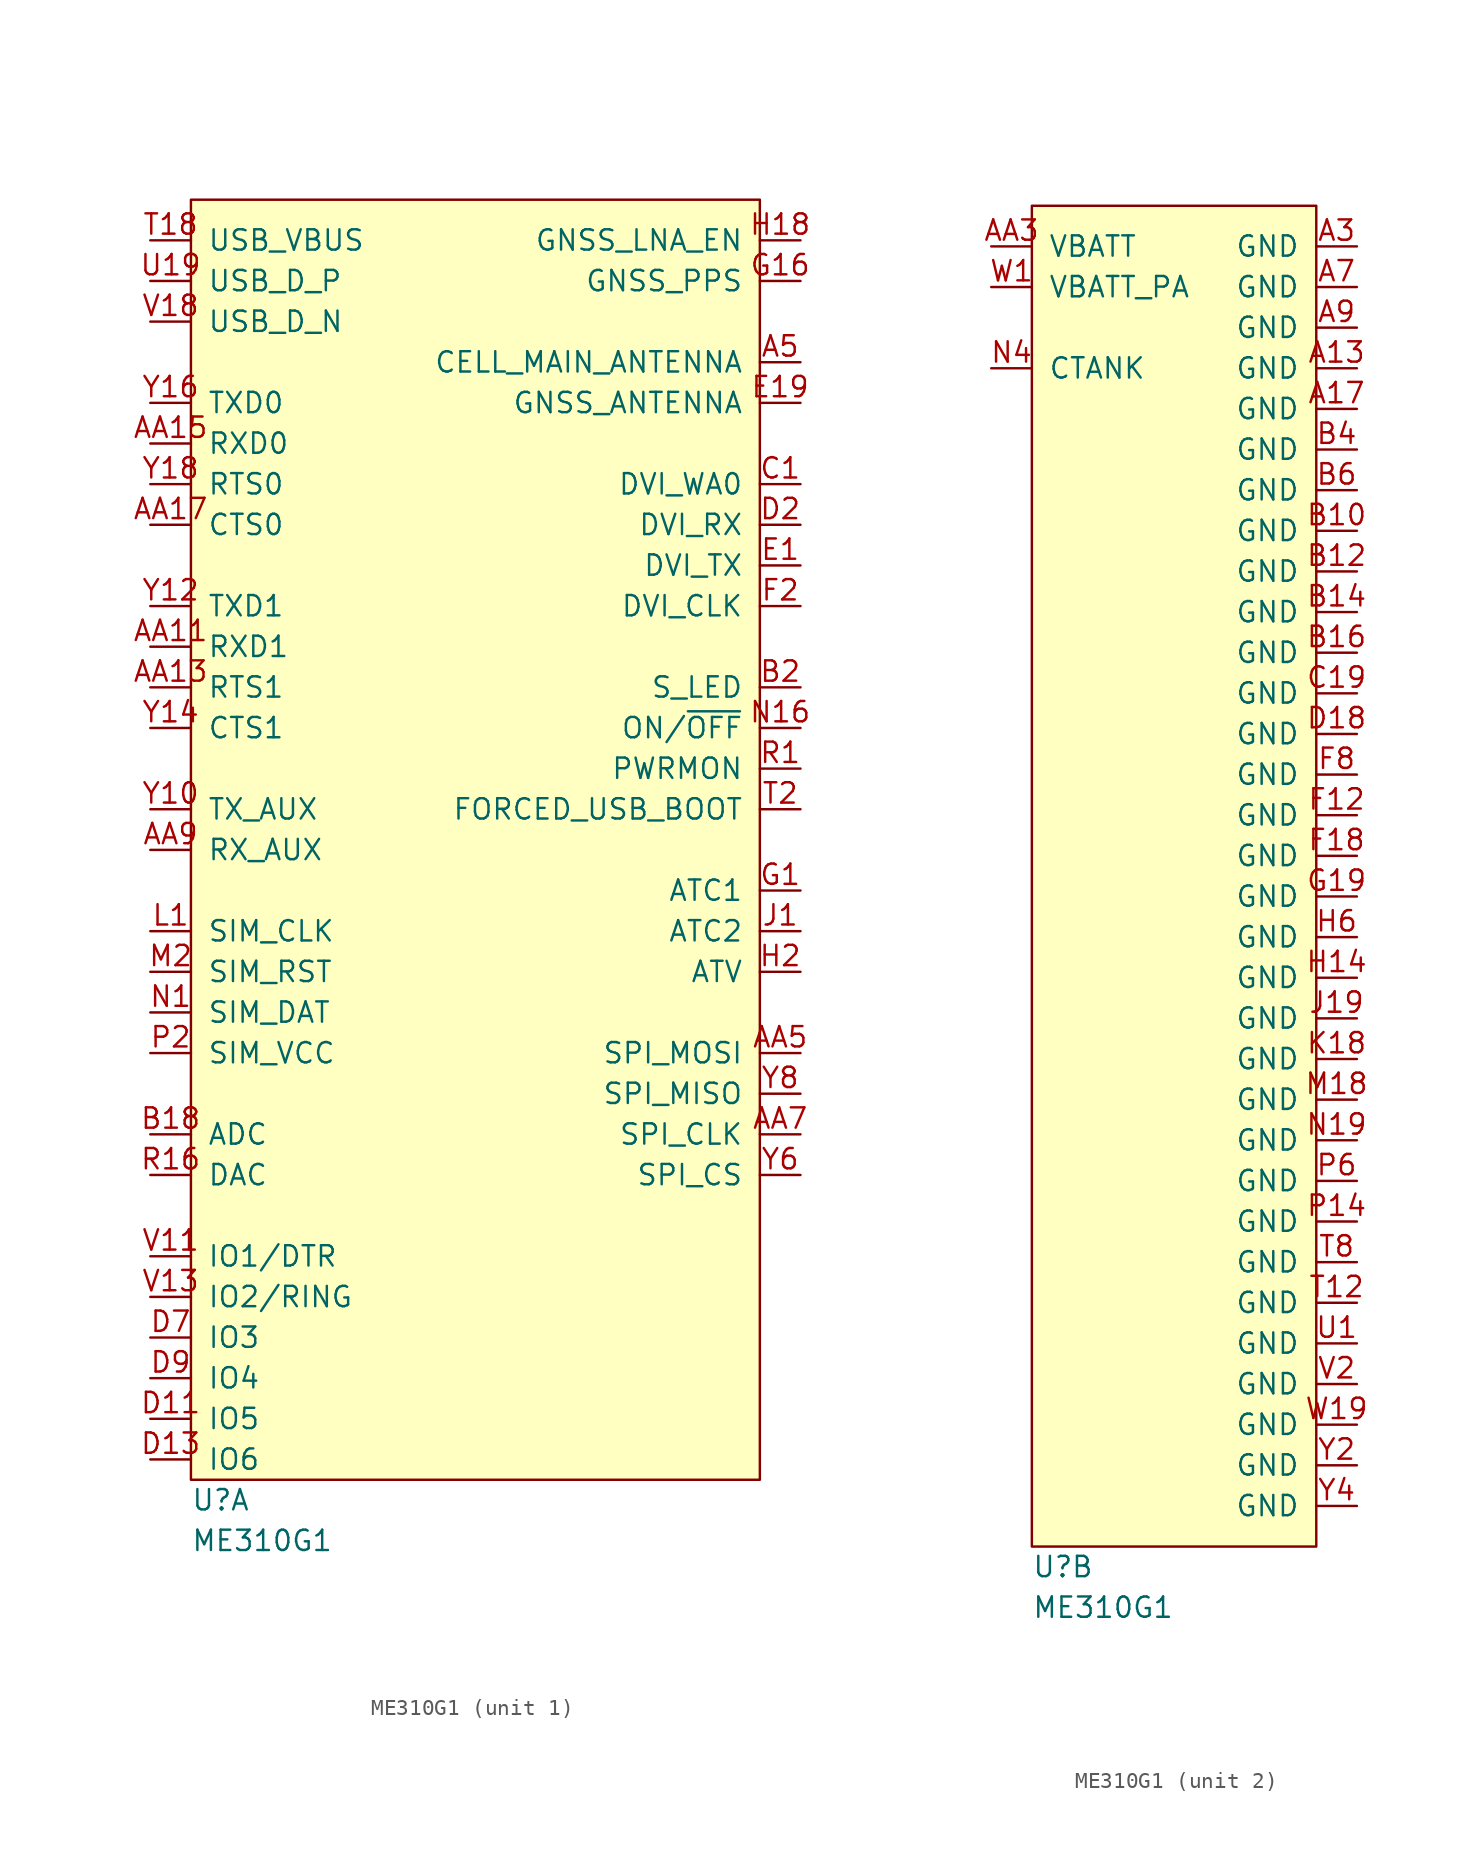
<source format=kicad_sym>
(kicad_symbol_lib
  (version 20211014)
  (generator kicad_symbol_editor)
  (symbol "ME310G1"
    (pin_names
      (offset 1.016))
    (property "Reference" "U"
      (at 0 -1.27 0)
      (effects (font (size 1.27 1.27)) (justify left)))
    (property "Value" "ME310G1"
      (at 0 -3.81 0)
      (effects (font (size 1.27 1.27)) (justify left)))
    (property "ki_locked" ""
      (at 0 0 0)
      (effects (font (size 1.27 1.27))))
    (symbol "ME310G1_1_1"
      (rectangle (start 0 80.01) (end 35.56 0) (stroke (width 0) (type default) (color 0 0 0 0)) (fill (type background)))
      (pin bidirectional line (at 38.1 69.85 180) (length 2.54) (name "CELL_MAIN_ANTENNA" (effects (font (size 1.27 1.27)))) (number "A5" (effects (font (size 1.27 1.27)))))
      (pin output line (at -2.54 52.07 0) (length 2.54) (name "RXD1" (effects (font (size 1.27 1.27)))) (number "AA11" (effects (font (size 1.27 1.27)))))
      (pin input line (at -2.54 49.53 0) (length 2.54) (name "RTS1" (effects (font (size 1.27 1.27)))) (number "AA13" (effects (font (size 1.27 1.27)))))
      (pin output line (at -2.54 64.77 0) (length 2.54) (name "RXD0" (effects (font (size 1.27 1.27)))) (number "AA15" (effects (font (size 1.27 1.27)))))
      (pin output line (at -2.54 59.69 0) (length 2.54) (name "CTS0" (effects (font (size 1.27 1.27)))) (number "AA17" (effects (font (size 1.27 1.27)))))
      (pin bidirectional line (at 38.1 26.67 180) (length 2.54) (name "SPI_MOSI" (effects (font (size 1.27 1.27)))) (number "AA5" (effects (font (size 1.27 1.27)))))
      (pin bidirectional line (at 38.1 21.59 180) (length 2.54) (name "SPI_CLK" (effects (font (size 1.27 1.27)))) (number "AA7" (effects (font (size 1.27 1.27)))))
      (pin input line (at -2.54 39.37 0) (length 2.54) (name "RX_AUX" (effects (font (size 1.27 1.27)))) (number "AA9" (effects (font (size 1.27 1.27)))))
      (pin input line (at -2.54 21.59 0) (length 2.54) (name "ADC" (effects (font (size 1.27 1.27)))) (number "B18" (effects (font (size 1.27 1.27)))))
      (pin output line (at 38.1 49.53 180) (length 2.54) (name "S_LED" (effects (font (size 1.27 1.27)))) (number "B2" (effects (font (size 1.27 1.27)))))
      (pin bidirectional line (at 38.1 62.23 180) (length 2.54) (name "DVI_WA0" (effects (font (size 1.27 1.27)))) (number "C1" (effects (font (size 1.27 1.27)))))
      (pin bidirectional line (at -2.54 3.81 0) (length 2.54) (name "IO5" (effects (font (size 1.27 1.27)))) (number "D11" (effects (font (size 1.27 1.27)))))
      (pin bidirectional line (at -2.54 1.27 0) (length 2.54) (name "IO6" (effects (font (size 1.27 1.27)))) (number "D13" (effects (font (size 1.27 1.27)))))
      (pin output line (at 38.1 59.69 180) (length 2.54) (name "DVI_RX" (effects (font (size 1.27 1.27)))) (number "D2" (effects (font (size 1.27 1.27)))))
      (pin bidirectional line (at -2.54 8.89 0) (length 2.54) (name "IO3" (effects (font (size 1.27 1.27)))) (number "D7" (effects (font (size 1.27 1.27)))))
      (pin bidirectional line (at -2.54 6.35 0) (length 2.54) (name "IO4" (effects (font (size 1.27 1.27)))) (number "D9" (effects (font (size 1.27 1.27)))))
      (pin input line (at 38.1 57.15 180) (length 2.54) (name "DVI_TX" (effects (font (size 1.27 1.27)))) (number "E1" (effects (font (size 1.27 1.27)))))
      (pin input line (at 38.1 67.31 180) (length 2.54) (name "GNSS_ANTENNA" (effects (font (size 1.27 1.27)))) (number "E19" (effects (font (size 1.27 1.27)))))
      (pin bidirectional line (at 38.1 54.61 180) (length 2.54) (name "DVI_CLK" (effects (font (size 1.27 1.27)))) (number "F2" (effects (font (size 1.27 1.27)))))
      (pin output line (at 38.1 36.83 180) (length 2.54) (name "ATC1" (effects (font (size 1.27 1.27)))) (number "G1" (effects (font (size 1.27 1.27)))))
      (pin output line (at 38.1 74.93 180) (length 2.54) (name "GNSS_PPS" (effects (font (size 1.27 1.27)))) (number "G16" (effects (font (size 1.27 1.27)))))
      (pin output line (at 38.1 77.47 180) (length 2.54) (name "GNSS_LNA_EN" (effects (font (size 1.27 1.27)))) (number "H18" (effects (font (size 1.27 1.27)))))
      (pin output line (at 38.1 31.75 180) (length 2.54) (name "ATV" (effects (font (size 1.27 1.27)))) (number "H2" (effects (font (size 1.27 1.27)))))
      (pin output line (at 38.1 34.29 180) (length 2.54) (name "ATC2" (effects (font (size 1.27 1.27)))) (number "J1" (effects (font (size 1.27 1.27)))))
      (pin output line (at -2.54 34.29 0) (length 2.54) (name "SIM_CLK" (effects (font (size 1.27 1.27)))) (number "L1" (effects (font (size 1.27 1.27)))))
      (pin output line (at -2.54 31.75 0) (length 2.54) (name "SIM_RST" (effects (font (size 1.27 1.27)))) (number "M2" (effects (font (size 1.27 1.27)))))
      (pin bidirectional line (at -2.54 29.21 0) (length 2.54) (name "SIM_DAT" (effects (font (size 1.27 1.27)))) (number "N1" (effects (font (size 1.27 1.27)))))
      (pin input line (at 38.1 46.99 180) (length 2.54) (name "ON/~{OFF}" (effects (font (size 1.27 1.27)))) (number "N16" (effects (font (size 1.27 1.27)))))
      (pin power_out line (at -2.54 26.67 0) (length 2.54) (name "SIM_VCC" (effects (font (size 1.27 1.27)))) (number "P2" (effects (font (size 1.27 1.27)))))
      (pin output line (at 38.1 44.45 180) (length 2.54) (name "PWRMON" (effects (font (size 1.27 1.27)))) (number "R1" (effects (font (size 1.27 1.27)))))
      (pin output line (at -2.54 19.05 0) (length 2.54) (name "DAC" (effects (font (size 1.27 1.27)))) (number "R16" (effects (font (size 1.27 1.27)))))
      (pin input line (at -2.54 77.47 0) (length 2.54) (name "USB_VBUS" (effects (font (size 1.27 1.27)))) (number "T18" (effects (font (size 1.27 1.27)))))
      (pin input line (at 38.1 41.91 180) (length 2.54) (name "FORCED_USB_BOOT" (effects (font (size 1.27 1.27)))) (number "T2" (effects (font (size 1.27 1.27)))))
      (pin bidirectional line (at -2.54 74.93 0) (length 2.54) (name "USB_D_P" (effects (font (size 1.27 1.27)))) (number "U19" (effects (font (size 1.27 1.27)))))
      (pin bidirectional line (at -2.54 13.97 0) (length 2.54) (name "IO1/DTR" (effects (font (size 1.27 1.27)))) (number "V11" (effects (font (size 1.27 1.27)))))
      (pin bidirectional line (at -2.54 11.43 0) (length 2.54) (name "IO2/RING" (effects (font (size 1.27 1.27)))) (number "V13" (effects (font (size 1.27 1.27)))))
      (pin bidirectional line (at -2.54 72.39 0) (length 2.54) (name "USB_D_N" (effects (font (size 1.27 1.27)))) (number "V18" (effects (font (size 1.27 1.27)))))
      (pin output line (at -2.54 41.91 0) (length 2.54) (name "TX_AUX" (effects (font (size 1.27 1.27)))) (number "Y10" (effects (font (size 1.27 1.27)))))
      (pin input line (at -2.54 54.61 0) (length 2.54) (name "TXD1" (effects (font (size 1.27 1.27)))) (number "Y12" (effects (font (size 1.27 1.27)))))
      (pin output line (at -2.54 46.99 0) (length 2.54) (name "CTS1" (effects (font (size 1.27 1.27)))) (number "Y14" (effects (font (size 1.27 1.27)))))
      (pin input line (at -2.54 67.31 0) (length 2.54) (name "TXD0" (effects (font (size 1.27 1.27)))) (number "Y16" (effects (font (size 1.27 1.27)))))
      (pin input line (at -2.54 62.23 0) (length 2.54) (name "RTS0" (effects (font (size 1.27 1.27)))) (number "Y18" (effects (font (size 1.27 1.27)))))
      (pin bidirectional line (at 38.1 19.05 180) (length 2.54) (name "SPI_CS" (effects (font (size 1.27 1.27)))) (number "Y6" (effects (font (size 1.27 1.27)))))
      (pin bidirectional line (at 38.1 24.13 180) (length 2.54) (name "SPI_MISO" (effects (font (size 1.27 1.27)))) (number "Y8" (effects (font (size 1.27 1.27))))))
    (symbol "ME310G1_2_1"
      (rectangle (start 0 83.82) (end 17.78 0) (stroke (width 0) (type default) (color 0 0 0 0)) (fill (type background)))
      (pin power_in line (at 20.32 73.66 180) (length 2.54) (name "GND" (effects (font (size 1.27 1.27)))) (number "A13" (effects (font (size 1.27 1.27)))))
      (pin power_in line (at 20.32 71.12 180) (length 2.54) (name "GND" (effects (font (size 1.27 1.27)))) (number "A17" (effects (font (size 1.27 1.27)))))
      (pin power_in line (at 20.32 81.28 180) (length 2.54) (name "GND" (effects (font (size 1.27 1.27)))) (number "A3" (effects (font (size 1.27 1.27)))))
      (pin power_in line (at 20.32 78.74 180) (length 2.54) (name "GND" (effects (font (size 1.27 1.27)))) (number "A7" (effects (font (size 1.27 1.27)))))
      (pin power_in line (at 20.32 76.2 180) (length 2.54) (name "GND" (effects (font (size 1.27 1.27)))) (number "A9" (effects (font (size 1.27 1.27)))))
      (pin power_in line (at -2.54 81.28 0) (length 2.54) (name "VBATT" (effects (font (size 1.27 1.27)))) (number "AA3" (effects (font (size 1.27 1.27)))))
      (pin power_in line (at 20.32 63.5 180) (length 2.54) (name "GND" (effects (font (size 1.27 1.27)))) (number "B10" (effects (font (size 1.27 1.27)))))
      (pin power_in line (at 20.32 60.96 180) (length 2.54) (name "GND" (effects (font (size 1.27 1.27)))) (number "B12" (effects (font (size 1.27 1.27)))))
      (pin power_in line (at 20.32 58.42 180) (length 2.54) (name "GND" (effects (font (size 1.27 1.27)))) (number "B14" (effects (font (size 1.27 1.27)))))
      (pin power_in line (at 20.32 55.88 180) (length 2.54) (name "GND" (effects (font (size 1.27 1.27)))) (number "B16" (effects (font (size 1.27 1.27)))))
      (pin power_in line (at 20.32 68.58 180) (length 2.54) (name "GND" (effects (font (size 1.27 1.27)))) (number "B4" (effects (font (size 1.27 1.27)))))
      (pin power_in line (at 20.32 66.04 180) (length 2.54) (name "GND" (effects (font (size 1.27 1.27)))) (number "B6" (effects (font (size 1.27 1.27)))))
      (pin power_in line (at 20.32 53.34 180) (length 2.54) (name "GND" (effects (font (size 1.27 1.27)))) (number "C19" (effects (font (size 1.27 1.27)))))
      (pin power_in line (at 20.32 50.8 180) (length 2.54) (name "GND" (effects (font (size 1.27 1.27)))) (number "D18" (effects (font (size 1.27 1.27)))))
      (pin power_in line (at 20.32 45.72 180) (length 2.54) (name "GND" (effects (font (size 1.27 1.27)))) (number "F12" (effects (font (size 1.27 1.27)))))
      (pin power_in line (at 20.32 43.18 180) (length 2.54) (name "GND" (effects (font (size 1.27 1.27)))) (number "F18" (effects (font (size 1.27 1.27)))))
      (pin power_in line (at 20.32 48.26 180) (length 2.54) (name "GND" (effects (font (size 1.27 1.27)))) (number "F8" (effects (font (size 1.27 1.27)))))
      (pin power_in line (at 20.32 40.64 180) (length 2.54) (name "GND" (effects (font (size 1.27 1.27)))) (number "G19" (effects (font (size 1.27 1.27)))))
      (pin power_in line (at 20.32 35.56 180) (length 2.54) (name "GND" (effects (font (size 1.27 1.27)))) (number "H14" (effects (font (size 1.27 1.27)))))
      (pin power_in line (at 20.32 38.1 180) (length 2.54) (name "GND" (effects (font (size 1.27 1.27)))) (number "H6" (effects (font (size 1.27 1.27)))))
      (pin power_in line (at 20.32 33.02 180) (length 2.54) (name "GND" (effects (font (size 1.27 1.27)))) (number "J19" (effects (font (size 1.27 1.27)))))
      (pin power_in line (at 20.32 30.48 180) (length 2.54) (name "GND" (effects (font (size 1.27 1.27)))) (number "K18" (effects (font (size 1.27 1.27)))))
      (pin power_in line (at 20.32 27.94 180) (length 2.54) (name "GND" (effects (font (size 1.27 1.27)))) (number "M18" (effects (font (size 1.27 1.27)))))
      (pin power_in line (at 20.32 25.4 180) (length 2.54) (name "GND" (effects (font (size 1.27 1.27)))) (number "N19" (effects (font (size 1.27 1.27)))))
      (pin power_out line (at -2.54 73.66 0) (length 2.54) (name "CTANK" (effects (font (size 1.27 1.27)))) (number "N4" (effects (font (size 1.27 1.27)))))
      (pin power_in line (at 20.32 20.32 180) (length 2.54) (name "GND" (effects (font (size 1.27 1.27)))) (number "P14" (effects (font (size 1.27 1.27)))))
      (pin power_in line (at 20.32 22.86 180) (length 2.54) (name "GND" (effects (font (size 1.27 1.27)))) (number "P6" (effects (font (size 1.27 1.27)))))
      (pin power_in line (at 20.32 15.24 180) (length 2.54) (name "GND" (effects (font (size 1.27 1.27)))) (number "T12" (effects (font (size 1.27 1.27)))))
      (pin power_in line (at 20.32 17.78 180) (length 2.54) (name "GND" (effects (font (size 1.27 1.27)))) (number "T8" (effects (font (size 1.27 1.27)))))
      (pin power_in line (at 20.32 12.7 180) (length 2.54) (name "GND" (effects (font (size 1.27 1.27)))) (number "U1" (effects (font (size 1.27 1.27)))))
      (pin power_in line (at 20.32 10.16 180) (length 2.54) (name "GND" (effects (font (size 1.27 1.27)))) (number "V2" (effects (font (size 1.27 1.27)))))
      (pin power_in line (at -2.54 78.74 0) (length 2.54) (name "VBATT_PA" (effects (font (size 1.27 1.27)))) (number "W1" (effects (font (size 1.27 1.27)))))
      (pin power_in line (at 20.32 7.62 180) (length 2.54) (name "GND" (effects (font (size 1.27 1.27)))) (number "W19" (effects (font (size 1.27 1.27)))))
      (pin power_in line (at 20.32 5.08 180) (length 2.54) (name "GND" (effects (font (size 1.27 1.27)))) (number "Y2" (effects (font (size 1.27 1.27)))))
      (pin power_in line (at 20.32 2.54 180) (length 2.54) (name "GND" (effects (font (size 1.27 1.27)))) (number "Y4" (effects (font (size 1.27 1.27))))))))
</source>
